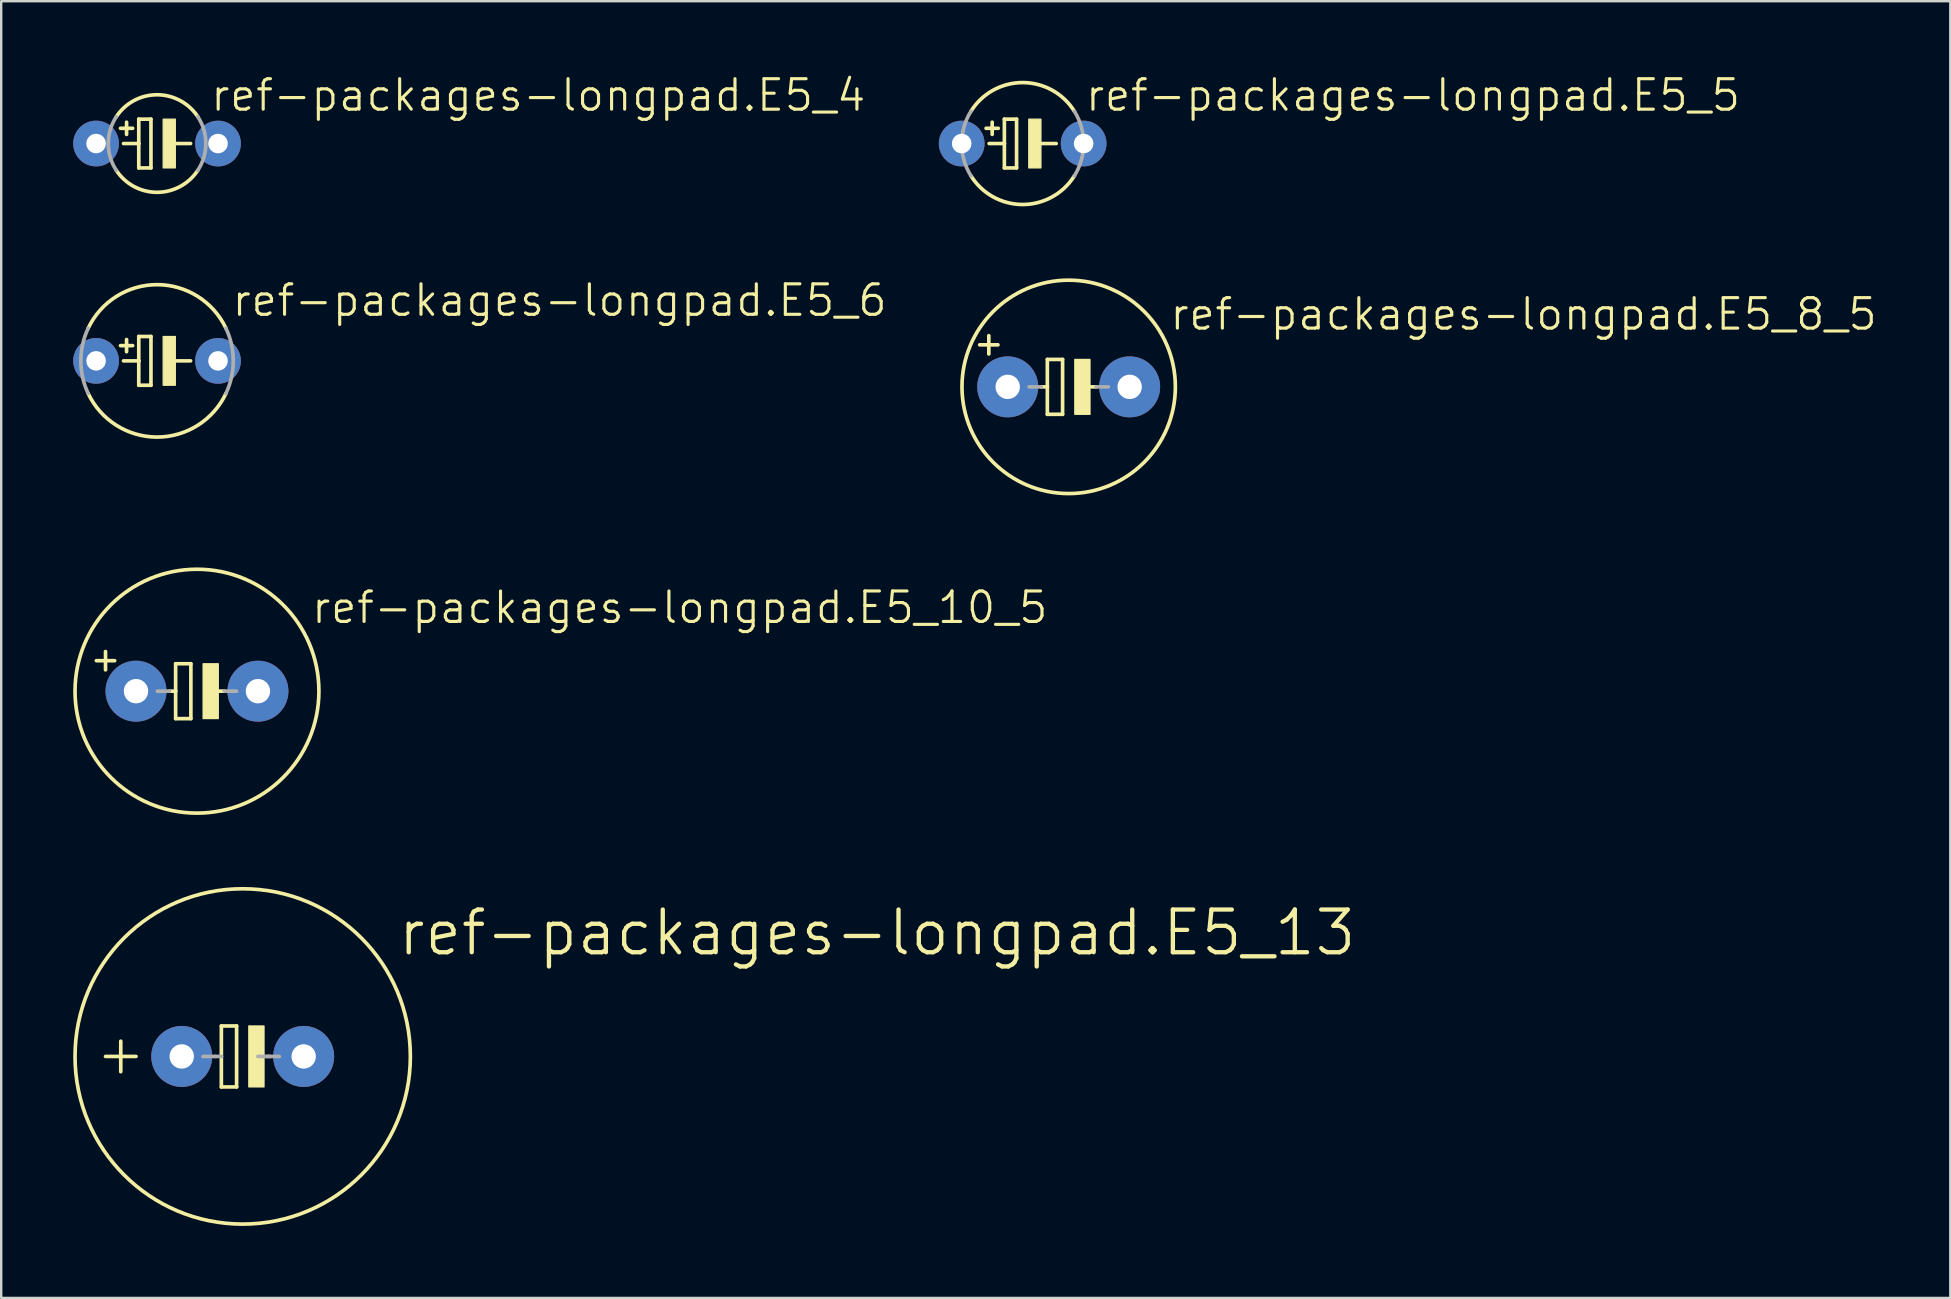
<source format=kicad_pcb>
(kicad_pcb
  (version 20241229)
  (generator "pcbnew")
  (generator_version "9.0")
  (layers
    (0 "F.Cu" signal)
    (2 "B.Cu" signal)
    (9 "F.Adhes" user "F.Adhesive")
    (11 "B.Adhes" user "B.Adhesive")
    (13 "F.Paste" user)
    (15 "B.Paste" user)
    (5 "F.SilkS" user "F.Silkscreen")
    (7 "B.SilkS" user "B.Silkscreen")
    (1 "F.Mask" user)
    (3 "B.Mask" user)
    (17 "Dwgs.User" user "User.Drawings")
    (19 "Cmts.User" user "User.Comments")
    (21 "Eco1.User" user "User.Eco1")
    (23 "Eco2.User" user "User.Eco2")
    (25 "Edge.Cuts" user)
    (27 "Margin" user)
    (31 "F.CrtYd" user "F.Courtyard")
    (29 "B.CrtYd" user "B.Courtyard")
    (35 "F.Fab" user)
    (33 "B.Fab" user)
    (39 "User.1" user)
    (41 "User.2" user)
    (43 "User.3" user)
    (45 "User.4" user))
  (footprint "ref-packages-longpad.E5_8_5"
    (layer "F.Cu")
    (at 41.472 13.067)
    (property "Reference" "ref-packages-longpad.E5_8_5" (at 4.14 -2.286 0) (layer "F.SilkS") (effects (font (size 1.27 1.27) (thickness 0.13)) (justify left bottom)))
    (attr through_hole)
    (fp_line (start -3.708 -1.751) (end -2.946 -1.751) (stroke (width 0.152) (type default)) (layer "F.SilkS"))
    (fp_line (start -3.327 -2.132) (end -3.327 -1.37) (stroke (width 0.152) (type default)) (layer "F.SilkS"))
    (fp_line (start -1.143 0) (end -0.889 0) (stroke (width 0.152) (type default)) (layer "F.SilkS"))
    (fp_line (start -0.889 -1.143) (end -0.889 0) (stroke (width 0.152) (type default)) (layer "F.SilkS"))
    (fp_line (start -0.889 0) (end -0.889 1.143) (stroke (width 0.152) (type default)) (layer "F.SilkS"))
    (fp_line (start -0.889 1.143) (end -0.254 1.143) (stroke (width 0.152) (type default)) (layer "F.SilkS"))
    (fp_line (start -0.254 -1.143) (end -0.889 -1.143) (stroke (width 0.152) (type default)) (layer "F.SilkS"))
    (fp_line (start -0.254 1.143) (end -0.254 -1.143) (stroke (width 0.152) (type default)) (layer "F.SilkS"))
    (fp_line (start 0.635 0) (end 1.143 0) (stroke (width 0.152) (type default)) (layer "F.SilkS"))
    (fp_rect (start 0.254 1.143) (end 0.889 -1.143) (stroke (width 0.05) (type default)) (fill yes) (layer "F.SilkS"))
    (fp_circle (center 0 0) (end 4.445 0) (stroke (width 0.152) (type default)) (fill no) (layer "F.SilkS"))
    (fp_line (start -1.651 0) (end -1.143 0) (stroke (width 0.152) (type default)) (layer "F.Fab"))
    (fp_line (start 1.143 0) (end 1.651 0) (stroke (width 0.152) (type default)) (layer "F.Fab"))
    (pad "+" thru_hole circle (at -2.54 0) (size 2.54 2.54) (drill 1.016) (layers "*.Cu" "*.Mask"))
    (pad "-" thru_hole circle (at 2.54 0) (size 2.54 2.54) (drill 1.016) (layers "*.Cu" "*.Mask")))
  (footprint "ref-packages-longpad.E5_10_5"
    (layer "F.Cu")
    (at 5.156 25.745)
    (property "Reference" "ref-packages-longpad.E5_10_5" (at 4.699 -2.743 0) (layer "F.SilkS") (effects (font (size 1.27 1.27) (thickness 0.13)) (justify left bottom)))
    (attr through_hole)
    (fp_line (start -3.81 -1.651) (end -3.81 -0.889) (stroke (width 0.152) (type default)) (layer "F.SilkS"))
    (fp_line (start -3.429 -1.27) (end -4.191 -1.27) (stroke (width 0.152) (type default)) (layer "F.SilkS"))
    (fp_line (start -1.143 0) (end -0.889 0) (stroke (width 0.152) (type default)) (layer "F.SilkS"))
    (fp_line (start -0.889 -1.143) (end -0.889 0) (stroke (width 0.152) (type default)) (layer "F.SilkS"))
    (fp_line (start -0.889 0) (end -0.889 1.143) (stroke (width 0.152) (type default)) (layer "F.SilkS"))
    (fp_line (start -0.889 1.143) (end -0.254 1.143) (stroke (width 0.152) (type default)) (layer "F.SilkS"))
    (fp_line (start -0.254 -1.143) (end -0.889 -1.143) (stroke (width 0.152) (type default)) (layer "F.SilkS"))
    (fp_line (start -0.254 1.143) (end -0.254 -1.143) (stroke (width 0.152) (type default)) (layer "F.SilkS"))
    (fp_line (start 0.635 0) (end 1.143 0) (stroke (width 0.152) (type default)) (layer "F.SilkS"))
    (fp_rect (start 0.254 1.143) (end 0.889 -1.143) (stroke (width 0.05) (type default)) (fill yes) (layer "F.SilkS"))
    (fp_circle (center 0 0) (end 5.08 0) (stroke (width 0.152) (type default)) (fill no) (layer "F.SilkS"))
    (fp_line (start -1.651 0) (end -1.143 0) (stroke (width 0.152) (type default)) (layer "F.Fab"))
    (fp_line (start 1.143 0) (end 1.651 0) (stroke (width 0.152) (type default)) (layer "F.Fab"))
    (pad "+" thru_hole circle (at -2.54 0) (size 2.54 2.54) (drill 1.016) (layers "*.Cu" "*.Mask"))
    (pad "-" thru_hole circle (at 2.54 0) (size 2.54 2.54) (drill 1.016) (layers "*.Cu" "*.Mask")))
  (footprint "ref-packages-longpad.E5_6"
    (layer "F.Cu")
    (at 3.493 11.984)
    (property "Reference" "ref-packages-longpad.E5_6" (at 3.048 -1.778 0) (layer "F.SilkS") (effects (font (size 1.27 1.27) (thickness 0.13)) (justify left bottom)))
    (attr through_hole)
    (fp_line (start -1.524 -0.635) (end -1.016 -0.635) (stroke (width 0.152) (type default)) (layer "F.SilkS"))
    (fp_line (start -1.397 0) (end -0.762 0) (stroke (width 0.152) (type default)) (layer "F.SilkS"))
    (fp_line (start -1.27 -0.381) (end -1.27 -0.889) (stroke (width 0.152) (type default)) (layer "F.SilkS"))
    (fp_line (start -0.762 -1.016) (end -0.762 0) (stroke (width 0.152) (type default)) (layer "F.SilkS"))
    (fp_line (start -0.762 0) (end -0.762 1.016) (stroke (width 0.152) (type default)) (layer "F.SilkS"))
    (fp_line (start -0.762 1.016) (end -0.254 1.016) (stroke (width 0.152) (type default)) (layer "F.SilkS"))
    (fp_line (start -0.254 -1.016) (end -0.762 -1.016) (stroke (width 0.152) (type default)) (layer "F.SilkS"))
    (fp_line (start -0.254 1.016) (end -0.254 -1.016) (stroke (width 0.152) (type default)) (layer "F.SilkS"))
    (fp_line (start 0.635 0) (end 1.397 0) (stroke (width 0.152) (type default)) (layer "F.SilkS"))
    (fp_rect (start 0.254 1.016) (end 0.762 -1.016) (stroke (width 0.05) (type default)) (fill yes) (layer "F.SilkS"))
    (fp_arc (start -2.8702 -1.3574) (mid 0 -3.174993) (end 2.8702 -1.3574) (stroke (width 0.1524) (type default)) (layer "F.SilkS"))
    (fp_arc (start 2.8702 1.3574) (mid 0 3.174993) (end -2.8702 1.3574) (stroke (width 0.1524) (type default)) (layer "F.SilkS"))
    (fp_arc (start -2.8702 1.3574) (mid -3.174993 0) (end -2.8702 -1.3574) (stroke (width 0.1524) (type default)) (layer "F.Fab"))
    (fp_arc (start 2.8702 -1.3574) (mid 3.174993 0) (end 2.8702 1.3574) (stroke (width 0.1524) (type default)) (layer "F.Fab"))
    (pad "+" thru_hole circle (at -2.54 0) (size 1.905 1.905) (drill 0.813) (layers "*.Cu" "*.Mask"))
    (pad "-" thru_hole circle (at 2.54 0) (size 1.905 1.905) (drill 0.813) (layers "*.Cu" "*.Mask")))
  (footprint "ref-packages-longpad.E5_4"
    (layer "F.Cu")
    (at 3.493 2.93)
    (property "Reference" "ref-packages-longpad.E5_4" (at 2.159 -1.27 0) (layer "F.SilkS") (effects (font (size 1.27 1.27) (thickness 0.13)) (justify left bottom)))
    (attr through_hole)
    (fp_line (start -1.524 -0.635) (end -1.016 -0.635) (stroke (width 0.152) (type default)) (layer "F.SilkS"))
    (fp_line (start -1.397 0) (end -0.762 0) (stroke (width 0.152) (type default)) (layer "F.SilkS"))
    (fp_line (start -1.27 -0.381) (end -1.27 -0.889) (stroke (width 0.152) (type default)) (layer "F.SilkS"))
    (fp_line (start -0.762 -1.016) (end -0.762 0) (stroke (width 0.152) (type default)) (layer "F.SilkS"))
    (fp_line (start -0.762 0) (end -0.762 1.016) (stroke (width 0.152) (type default)) (layer "F.SilkS"))
    (fp_line (start -0.762 1.016) (end -0.254 1.016) (stroke (width 0.152) (type default)) (layer "F.SilkS"))
    (fp_line (start -0.254 -1.016) (end -0.762 -1.016) (stroke (width 0.152) (type default)) (layer "F.SilkS"))
    (fp_line (start -0.254 1.016) (end -0.254 -1.016) (stroke (width 0.152) (type default)) (layer "F.SilkS"))
    (fp_line (start 0.635 0) (end 1.397 0) (stroke (width 0.152) (type default)) (layer "F.SilkS"))
    (fp_rect (start 0.254 1.016) (end 0.762 -1.016) (stroke (width 0.05) (type default)) (fill yes) (layer "F.SilkS"))
    (fp_arc (start -1.6985 -1.1153) (mid 0 -2.031944) (end 1.6985 -1.1153) (stroke (width 0.1524) (type default)) (layer "F.SilkS"))
    (fp_arc (start 1.6985 1.1153) (mid 0 2.031944) (end -1.6985 1.1153) (stroke (width 0.1524) (type default)) (layer "F.SilkS"))
    (fp_arc (start -1.6985 1.1153) (mid -2.031944 0) (end -1.6985 -1.1153) (stroke (width 0.1524) (type default)) (layer "F.Fab"))
    (fp_arc (start 1.6985 -1.1153) (mid 2.031944 0) (end 1.6985 1.1153) (stroke (width 0.1524) (type default)) (layer "F.Fab"))
    (pad "+" thru_hole circle (at -2.54 0) (size 1.905 1.905) (drill 0.813) (layers "*.Cu" "*.Mask"))
    (pad "-" thru_hole circle (at 2.54 0) (size 1.905 1.905) (drill 0.813) (layers "*.Cu" "*.Mask")))
  (footprint "ref-packages-longpad.E5_5"
    (layer "F.Cu")
    (at 39.555 2.93)
    (property "Reference" "ref-packages-longpad.E5_5" (at 2.54 -1.27 0) (layer "F.SilkS") (effects (font (size 1.27 1.27) (thickness 0.13)) (justify left bottom)))
    (attr through_hole)
    (fp_line (start -1.524 -0.635) (end -1.016 -0.635) (stroke (width 0.152) (type default)) (layer "F.SilkS"))
    (fp_line (start -1.397 0) (end -0.762 0) (stroke (width 0.152) (type default)) (layer "F.SilkS"))
    (fp_line (start -1.27 -0.381) (end -1.27 -0.889) (stroke (width 0.152) (type default)) (layer "F.SilkS"))
    (fp_line (start -0.762 -1.016) (end -0.762 0) (stroke (width 0.152) (type default)) (layer "F.SilkS"))
    (fp_line (start -0.762 0) (end -0.762 1.016) (stroke (width 0.152) (type default)) (layer "F.SilkS"))
    (fp_line (start -0.762 1.016) (end -0.254 1.016) (stroke (width 0.152) (type default)) (layer "F.SilkS"))
    (fp_line (start -0.254 -1.016) (end -0.762 -1.016) (stroke (width 0.152) (type default)) (layer "F.SilkS"))
    (fp_line (start -0.254 1.016) (end -0.254 -1.016) (stroke (width 0.152) (type default)) (layer "F.SilkS"))
    (fp_line (start 0.635 0) (end 1.397 0) (stroke (width 0.152) (type default)) (layer "F.SilkS"))
    (fp_rect (start 0.254 1.016) (end 0.762 -1.016) (stroke (width 0.05) (type default)) (fill yes) (layer "F.SilkS"))
    (fp_arc (start -2.1557 -1.3432) (mid 0 -2.539927) (end 2.1557 -1.3432) (stroke (width 0.1524) (type default)) (layer "F.SilkS"))
    (fp_arc (start 2.1557 1.3432) (mid 0 2.539927) (end -2.1557 1.3432) (stroke (width 0.1524) (type default)) (layer "F.SilkS"))
    (fp_arc (start -2.1557 1.3432) (mid -2.539927 0) (end -2.1557 -1.3432) (stroke (width 0.1524) (type default)) (layer "F.Fab"))
    (fp_arc (start 2.1557 -1.3432) (mid 2.539927 0) (end 2.1557 1.3432) (stroke (width 0.1524) (type default)) (layer "F.Fab"))
    (pad "+" thru_hole circle (at -2.54 0) (size 1.905 1.905) (drill 0.813) (layers "*.Cu" "*.Mask"))
    (pad "-" thru_hole circle (at 2.54 0) (size 1.905 1.905) (drill 0.813) (layers "*.Cu" "*.Mask")))
  (footprint "ref-packages-longpad.E5_13"
    (layer "F.Cu")
    (at 7.061 40.962)
    (property "Reference" "ref-packages-longpad.E5_13" (at 6.375 -4.115 0) (layer "F.SilkS") (effects (font (size 1.778 1.778) (thickness 0.18)) (justify left bottom)))
    (attr through_hole)
    (fp_line (start -5.715 0) (end -4.445 0) (stroke (width 0.152) (type default)) (layer "F.SilkS"))
    (fp_line (start -5.08 0.635) (end -5.08 -0.635) (stroke (width 0.152) (type default)) (layer "F.SilkS"))
    (fp_line (start -0.889 -1.27) (end -0.889 0) (stroke (width 0.152) (type default)) (layer "F.SilkS"))
    (fp_line (start -0.889 0) (end -0.889 1.27) (stroke (width 0.152) (type default)) (layer "F.SilkS"))
    (fp_line (start -0.889 1.27) (end -0.254 1.27) (stroke (width 0.152) (type default)) (layer "F.SilkS"))
    (fp_line (start -0.254 -1.27) (end -0.889 -1.27) (stroke (width 0.152) (type default)) (layer "F.SilkS"))
    (fp_line (start -0.254 1.27) (end -0.254 -1.27) (stroke (width 0.152) (type default)) (layer "F.SilkS"))
    (fp_rect (start 0.254 1.27) (end 0.889 -1.27) (stroke (width 0.05) (type default)) (fill yes) (layer "F.SilkS"))
    (fp_circle (center 0 0) (end 6.985 0) (stroke (width 0.152) (type default)) (fill no) (layer "F.SilkS"))
    (fp_line (start -1.651 0) (end -1.143 0) (stroke (width 0.152) (type default)) (layer "F.Fab"))
    (fp_line (start -1.143 0) (end -0.889 0) (stroke (width 0.152) (type default)) (layer "F.Fab"))
    (fp_line (start 0.635 0) (end 1.143 0) (stroke (width 0.152) (type default)) (layer "F.Fab"))
    (fp_line (start 1.016 0) (end 1.524 0) (stroke (width 0.152) (type default)) (layer "F.Fab"))
    (pad "+" thru_hole circle (at -2.54 0) (size 2.54 2.54) (drill 1.016) (layers "*.Cu" "*.Mask"))
    (pad "-" thru_hole circle (at 2.54 0) (size 2.54 2.54) (drill 1.016) (layers "*.Cu" "*.Mask")))
  (gr_rect
    (start -3 -3)
    (end 78.201 51.023)
    (stroke (width 0.1) (type default))
    (fill no)
    (layer "Edge.Cuts")))
</source>
